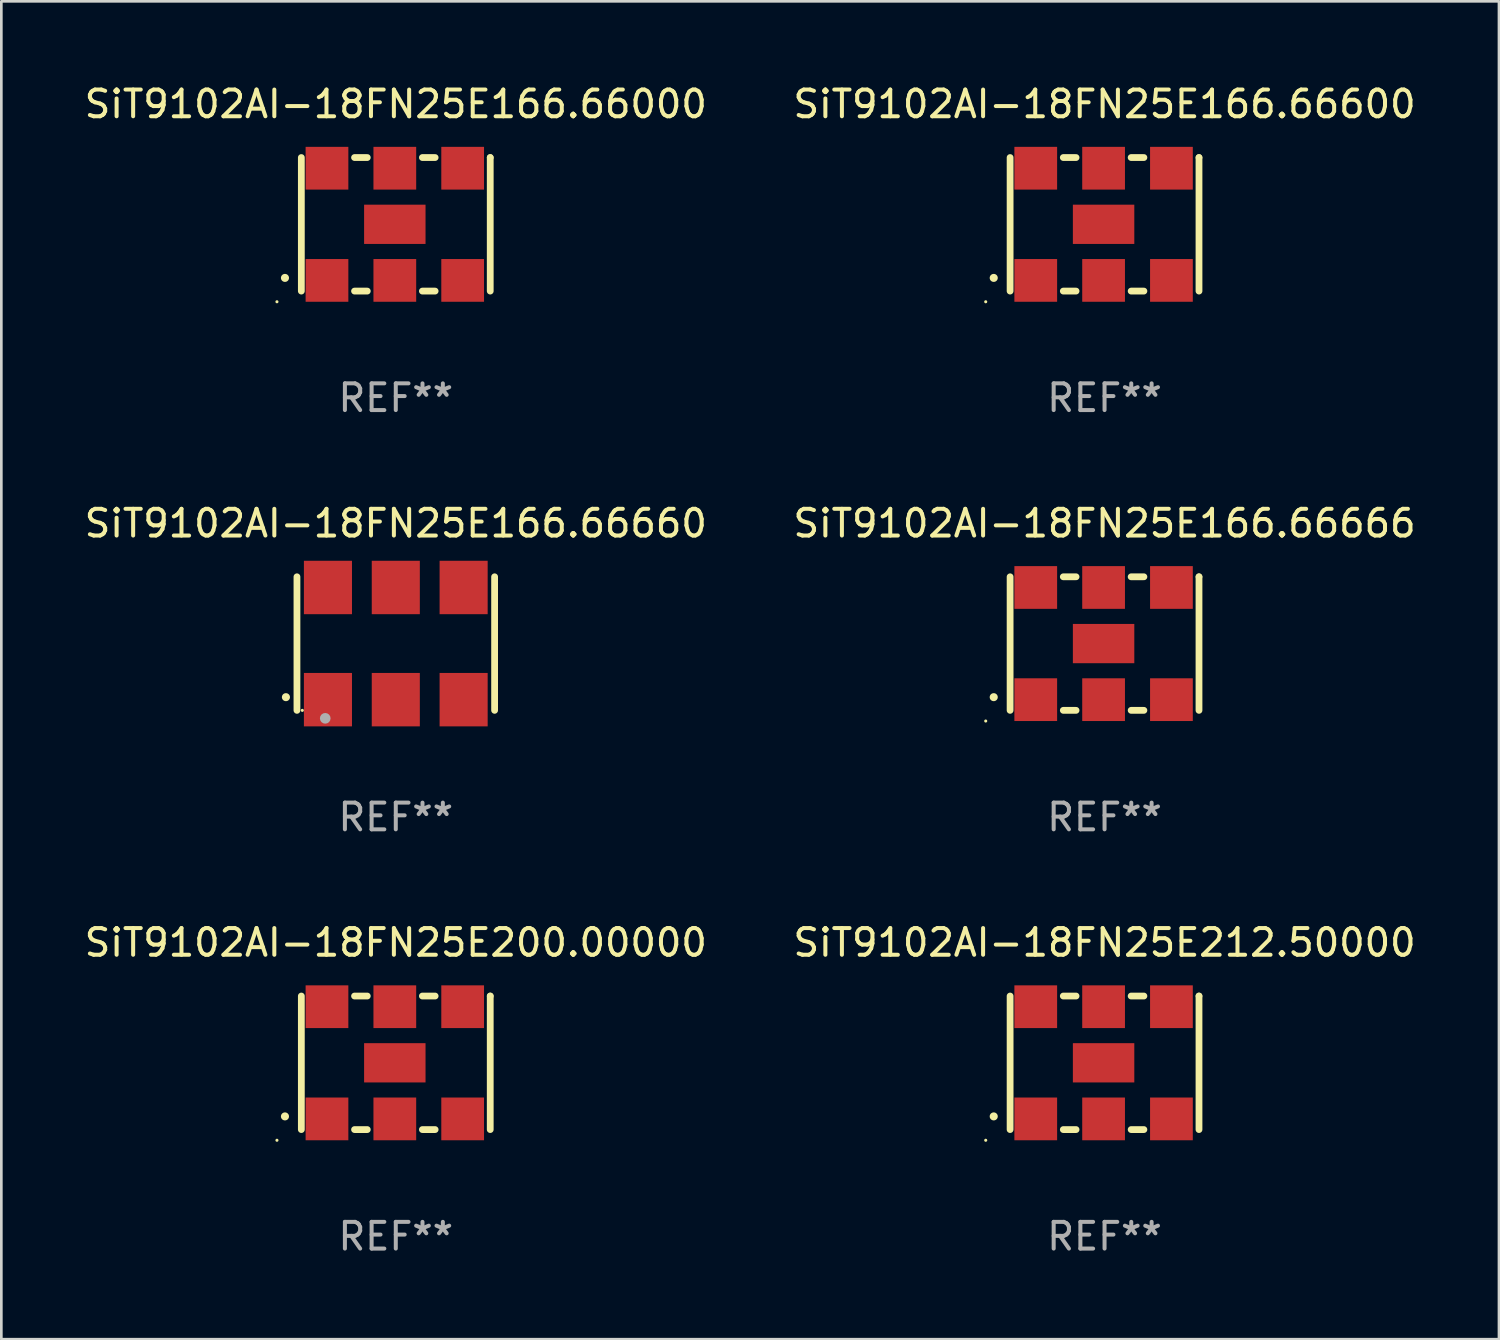
<source format=kicad_pcb>
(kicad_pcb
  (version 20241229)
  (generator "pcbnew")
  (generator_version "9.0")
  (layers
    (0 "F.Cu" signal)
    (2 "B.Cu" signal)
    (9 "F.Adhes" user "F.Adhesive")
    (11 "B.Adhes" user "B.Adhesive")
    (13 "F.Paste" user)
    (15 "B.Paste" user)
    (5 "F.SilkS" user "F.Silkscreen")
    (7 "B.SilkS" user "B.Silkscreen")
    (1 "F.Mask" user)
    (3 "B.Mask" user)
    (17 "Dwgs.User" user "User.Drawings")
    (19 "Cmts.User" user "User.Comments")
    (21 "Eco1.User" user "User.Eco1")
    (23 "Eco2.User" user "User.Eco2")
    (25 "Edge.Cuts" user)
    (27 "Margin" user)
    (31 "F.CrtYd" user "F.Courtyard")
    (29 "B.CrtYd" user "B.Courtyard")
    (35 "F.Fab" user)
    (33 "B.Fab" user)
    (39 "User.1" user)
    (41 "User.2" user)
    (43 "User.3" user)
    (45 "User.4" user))
  (footprint "SiT9102AI-18FN25E166.66660"
    (layer "F.Cu")
    (at 11.768 21.045)
    (property "Reference" "SiT9102AI-18FN25E166.66660" (at 0 -4.5 0) (layer "F.SilkS") (effects (font (size 1 1) (thickness 0.15))))
    (attr through_hole)
    (fp_line (start -3.7 -2.5) (end -3.7 2.5) (stroke (width 0.254) (type solid)) (layer "F.SilkS"))
    (fp_line (start 3.7 -2.5) (end 3.7 2.5) (stroke (width 0.254) (type solid)) (layer "F.SilkS"))
    (fp_arc (start -4.114415 2.006604) (mid -4.113145 2.006599) (end -4.111875 2.006604) (stroke (width 0.3) (type solid)) (layer "F.SilkS"))
    (fp_circle (center -3.5 2.501) (end -3.47 2.501) (stroke (width 0.06) (type solid)) (fill no) (layer "F.SilkS"))
    (fp_circle (center -2.641 2.799) (end -2.541 2.799) (stroke (width 0.2) (type solid)) (fill no) (layer "F.Fab"))
    (fp_text user "REF**" (at 0 6.5 0) (layer "F.Fab") (effects (font (size 1 1) (thickness 0.15))))
    (pad "1" smd rect (at -2.54 2.1) (size 1.8 2) (layers "F.Cu" "F.Mask" "F.Paste"))
    (pad "2" smd rect (at 0.000394 2.1) (size 1.8 2) (layers "F.Cu" "F.Mask" "F.Paste"))
    (pad "3" smd rect (at 2.54 2.1) (size 1.8 2) (layers "F.Cu" "F.Mask" "F.Paste"))
    (pad "4" smd rect (at 2.54 -2.1) (size 1.8 2) (layers "F.Cu" "F.Mask" "F.Paste"))
    (pad "5" smd rect (at 0.000394 -2.1) (size 1.8 2) (layers "F.Cu" "F.Mask" "F.Paste"))
    (pad "6" smd rect (at -2.54 -2.1) (size 1.8 2) (layers "F.Cu" "F.Mask" "F.Paste")))
  (footprint "SiT9102AI-18FN25E212.50000"
    (layer "F.Cu")
    (at 38.304 36.741)
    (property "Reference" "SiT9102AI-18FN25E212.50000" (at 0 -4.5 0) (layer "F.SilkS") (effects (font (size 1 1) (thickness 0.15))))
    (attr through_hole)
    (fp_line (start -3.536 -2.5) (end -3.536 2.5) (stroke (width 0.254) (type solid)) (layer "F.SilkS"))
    (fp_line (start -1.544 2.5) (end -1.067 2.5) (stroke (width 0.254) (type solid)) (layer "F.SilkS"))
    (fp_line (start -1.067 -2.5) (end -1.544 -2.5) (stroke (width 0.254) (type solid)) (layer "F.SilkS"))
    (fp_line (start 0.996 2.5) (end 1.473 2.5) (stroke (width 0.254) (type solid)) (layer "F.SilkS"))
    (fp_line (start 1.473 -2.5) (end 0.996 -2.5) (stroke (width 0.254) (type solid)) (layer "F.SilkS"))
    (fp_line (start 3.536 -2.5) (end 3.536 -2.5) (stroke (width 0.254) (type solid)) (layer "F.SilkS"))
    (fp_line (start 3.536 2.5) (end 3.536 -2.5) (stroke (width 0.254) (type solid)) (layer "F.SilkS"))
    (fp_arc (start -4.150432 2.006604) (mid -4.149162 2.006599) (end -4.147892 2.006604) (stroke (width 0.3) (type solid)) (layer "F.SilkS"))
    (fp_circle (center -4.449 2.9) (end -4.419 2.9) (stroke (width 0.06) (type solid)) (fill no) (layer "F.SilkS"))
    (fp_text user "REF**" (at 0 6.5 0) (layer "F.Fab") (effects (font (size 1 1) (thickness 0.15))))
    (pad "1" smd rect (at -2.576 2.1) (size 1.6 1.6) (layers "F.Cu" "F.Mask" "F.Paste"))
    (pad "2" smd rect (at -0.036 2.1) (size 1.6 1.6) (layers "F.Cu" "F.Mask" "F.Paste"))
    (pad "3" smd rect (at 2.504 2.1) (size 1.6 1.6) (layers "F.Cu" "F.Mask" "F.Paste"))
    (pad "4" smd rect (at 2.504 -2.1) (size 1.6 1.6) (layers "F.Cu" "F.Mask" "F.Paste"))
    (pad "5" smd rect (at -0.036 -2.1) (size 1.6 1.6) (layers "F.Cu" "F.Mask" "F.Paste"))
    (pad "6" smd rect (at -2.576 -2.1) (size 1.6 1.6) (layers "F.Cu" "F.Mask" "F.Paste"))
    (pad "7" smd rect (at -0.036 0) (size 2.3 1.47) (layers "F.Cu" "F.Mask" "F.Paste")))
  (footprint "SiT9102AI-18FN25E166.66600"
    (layer "F.Cu")
    (at 38.304 5.348)
    (property "Reference" "SiT9102AI-18FN25E166.66600" (at 0 -4.5 0) (layer "F.SilkS") (effects (font (size 1 1) (thickness 0.15))))
    (attr through_hole)
    (fp_line (start -3.536 -2.5) (end -3.536 2.5) (stroke (width 0.254) (type solid)) (layer "F.SilkS"))
    (fp_line (start -1.544 2.5) (end -1.067 2.5) (stroke (width 0.254) (type solid)) (layer "F.SilkS"))
    (fp_line (start -1.067 -2.5) (end -1.544 -2.5) (stroke (width 0.254) (type solid)) (layer "F.SilkS"))
    (fp_line (start 0.996 2.5) (end 1.473 2.5) (stroke (width 0.254) (type solid)) (layer "F.SilkS"))
    (fp_line (start 1.473 -2.5) (end 0.996 -2.5) (stroke (width 0.254) (type solid)) (layer "F.SilkS"))
    (fp_line (start 3.536 -2.5) (end 3.536 -2.5) (stroke (width 0.254) (type solid)) (layer "F.SilkS"))
    (fp_line (start 3.536 2.5) (end 3.536 -2.5) (stroke (width 0.254) (type solid)) (layer "F.SilkS"))
    (fp_arc (start -4.150432 2.006604) (mid -4.149162 2.006599) (end -4.147892 2.006604) (stroke (width 0.3) (type solid)) (layer "F.SilkS"))
    (fp_circle (center -4.449 2.9) (end -4.419 2.9) (stroke (width 0.06) (type solid)) (fill no) (layer "F.SilkS"))
    (fp_text user "REF**" (at 0 6.5 0) (layer "F.Fab") (effects (font (size 1 1) (thickness 0.15))))
    (pad "1" smd rect (at -2.576 2.1) (size 1.6 1.6) (layers "F.Cu" "F.Mask" "F.Paste"))
    (pad "2" smd rect (at -0.036 2.1) (size 1.6 1.6) (layers "F.Cu" "F.Mask" "F.Paste"))
    (pad "3" smd rect (at 2.504 2.1) (size 1.6 1.6) (layers "F.Cu" "F.Mask" "F.Paste"))
    (pad "4" smd rect (at 2.504 -2.1) (size 1.6 1.6) (layers "F.Cu" "F.Mask" "F.Paste"))
    (pad "5" smd rect (at -0.036 -2.1) (size 1.6 1.6) (layers "F.Cu" "F.Mask" "F.Paste"))
    (pad "6" smd rect (at -2.576 -2.1) (size 1.6 1.6) (layers "F.Cu" "F.Mask" "F.Paste"))
    (pad "7" smd rect (at -0.036 0) (size 2.3 1.47) (layers "F.Cu" "F.Mask" "F.Paste")))
  (footprint "SiT9102AI-18FN25E166.66000"
    (layer "F.Cu")
    (at 11.768 5.348)
    (property "Reference" "SiT9102AI-18FN25E166.66000" (at 0 -4.5 0) (layer "F.SilkS") (effects (font (size 1 1) (thickness 0.15))))
    (attr through_hole)
    (fp_line (start -3.536 -2.5) (end -3.536 2.5) (stroke (width 0.254) (type solid)) (layer "F.SilkS"))
    (fp_line (start -1.544 2.5) (end -1.067 2.5) (stroke (width 0.254) (type solid)) (layer "F.SilkS"))
    (fp_line (start -1.067 -2.5) (end -1.544 -2.5) (stroke (width 0.254) (type solid)) (layer "F.SilkS"))
    (fp_line (start 0.996 2.5) (end 1.473 2.5) (stroke (width 0.254) (type solid)) (layer "F.SilkS"))
    (fp_line (start 1.473 -2.5) (end 0.996 -2.5) (stroke (width 0.254) (type solid)) (layer "F.SilkS"))
    (fp_line (start 3.536 -2.5) (end 3.536 -2.5) (stroke (width 0.254) (type solid)) (layer "F.SilkS"))
    (fp_line (start 3.536 2.5) (end 3.536 -2.5) (stroke (width 0.254) (type solid)) (layer "F.SilkS"))
    (fp_arc (start -4.150432 2.006604) (mid -4.149162 2.006599) (end -4.147892 2.006604) (stroke (width 0.3) (type solid)) (layer "F.SilkS"))
    (fp_circle (center -4.449 2.9) (end -4.419 2.9) (stroke (width 0.06) (type solid)) (fill no) (layer "F.SilkS"))
    (fp_text user "REF**" (at 0 6.5 0) (layer "F.Fab") (effects (font (size 1 1) (thickness 0.15))))
    (pad "1" smd rect (at -2.576 2.1) (size 1.6 1.6) (layers "F.Cu" "F.Mask" "F.Paste"))
    (pad "2" smd rect (at -0.036 2.1) (size 1.6 1.6) (layers "F.Cu" "F.Mask" "F.Paste"))
    (pad "3" smd rect (at 2.504 2.1) (size 1.6 1.6) (layers "F.Cu" "F.Mask" "F.Paste"))
    (pad "4" smd rect (at 2.504 -2.1) (size 1.6 1.6) (layers "F.Cu" "F.Mask" "F.Paste"))
    (pad "5" smd rect (at -0.036 -2.1) (size 1.6 1.6) (layers "F.Cu" "F.Mask" "F.Paste"))
    (pad "6" smd rect (at -2.576 -2.1) (size 1.6 1.6) (layers "F.Cu" "F.Mask" "F.Paste"))
    (pad "7" smd rect (at -0.036 0) (size 2.3 1.47) (layers "F.Cu" "F.Mask" "F.Paste")))
  (footprint "SiT9102AI-18FN25E200.00000"
    (layer "F.Cu")
    (at 11.768 36.741)
    (property "Reference" "SiT9102AI-18FN25E200.00000" (at 0 -4.5 0) (layer "F.SilkS") (effects (font (size 1 1) (thickness 0.15))))
    (attr through_hole)
    (fp_line (start -3.536 -2.5) (end -3.536 2.5) (stroke (width 0.254) (type solid)) (layer "F.SilkS"))
    (fp_line (start -1.544 2.5) (end -1.067 2.5) (stroke (width 0.254) (type solid)) (layer "F.SilkS"))
    (fp_line (start -1.067 -2.5) (end -1.544 -2.5) (stroke (width 0.254) (type solid)) (layer "F.SilkS"))
    (fp_line (start 0.996 2.5) (end 1.473 2.5) (stroke (width 0.254) (type solid)) (layer "F.SilkS"))
    (fp_line (start 1.473 -2.5) (end 0.996 -2.5) (stroke (width 0.254) (type solid)) (layer "F.SilkS"))
    (fp_line (start 3.536 -2.5) (end 3.536 -2.5) (stroke (width 0.254) (type solid)) (layer "F.SilkS"))
    (fp_line (start 3.536 2.5) (end 3.536 -2.5) (stroke (width 0.254) (type solid)) (layer "F.SilkS"))
    (fp_arc (start -4.150432 2.006604) (mid -4.149162 2.006599) (end -4.147892 2.006604) (stroke (width 0.3) (type solid)) (layer "F.SilkS"))
    (fp_circle (center -4.449 2.9) (end -4.419 2.9) (stroke (width 0.06) (type solid)) (fill no) (layer "F.SilkS"))
    (fp_text user "REF**" (at 0 6.5 0) (layer "F.Fab") (effects (font (size 1 1) (thickness 0.15))))
    (pad "1" smd rect (at -2.576 2.1) (size 1.6 1.6) (layers "F.Cu" "F.Mask" "F.Paste"))
    (pad "2" smd rect (at -0.036 2.1) (size 1.6 1.6) (layers "F.Cu" "F.Mask" "F.Paste"))
    (pad "3" smd rect (at 2.504 2.1) (size 1.6 1.6) (layers "F.Cu" "F.Mask" "F.Paste"))
    (pad "4" smd rect (at 2.504 -2.1) (size 1.6 1.6) (layers "F.Cu" "F.Mask" "F.Paste"))
    (pad "5" smd rect (at -0.036 -2.1) (size 1.6 1.6) (layers "F.Cu" "F.Mask" "F.Paste"))
    (pad "6" smd rect (at -2.576 -2.1) (size 1.6 1.6) (layers "F.Cu" "F.Mask" "F.Paste"))
    (pad "7" smd rect (at -0.036 0) (size 2.3 1.47) (layers "F.Cu" "F.Mask" "F.Paste")))
  (footprint "SiT9102AI-18FN25E166.66666"
    (layer "F.Cu")
    (at 38.304 21.045)
    (property "Reference" "SiT9102AI-18FN25E166.66666" (at 0 -4.5 0) (layer "F.SilkS") (effects (font (size 1 1) (thickness 0.15))))
    (attr through_hole)
    (fp_line (start -3.536 -2.5) (end -3.536 2.5) (stroke (width 0.254) (type solid)) (layer "F.SilkS"))
    (fp_line (start -1.544 2.5) (end -1.067 2.5) (stroke (width 0.254) (type solid)) (layer "F.SilkS"))
    (fp_line (start -1.067 -2.5) (end -1.544 -2.5) (stroke (width 0.254) (type solid)) (layer "F.SilkS"))
    (fp_line (start 0.996 2.5) (end 1.473 2.5) (stroke (width 0.254) (type solid)) (layer "F.SilkS"))
    (fp_line (start 1.473 -2.5) (end 0.996 -2.5) (stroke (width 0.254) (type solid)) (layer "F.SilkS"))
    (fp_line (start 3.536 -2.5) (end 3.536 -2.5) (stroke (width 0.254) (type solid)) (layer "F.SilkS"))
    (fp_line (start 3.536 2.5) (end 3.536 -2.5) (stroke (width 0.254) (type solid)) (layer "F.SilkS"))
    (fp_arc (start -4.150432 2.006604) (mid -4.149162 2.006599) (end -4.147892 2.006604) (stroke (width 0.3) (type solid)) (layer "F.SilkS"))
    (fp_circle (center -4.449 2.9) (end -4.419 2.9) (stroke (width 0.06) (type solid)) (fill no) (layer "F.SilkS"))
    (fp_text user "REF**" (at 0 6.5 0) (layer "F.Fab") (effects (font (size 1 1) (thickness 0.15))))
    (pad "1" smd rect (at -2.576 2.1) (size 1.6 1.6) (layers "F.Cu" "F.Mask" "F.Paste"))
    (pad "2" smd rect (at -0.036 2.1) (size 1.6 1.6) (layers "F.Cu" "F.Mask" "F.Paste"))
    (pad "3" smd rect (at 2.504 2.1) (size 1.6 1.6) (layers "F.Cu" "F.Mask" "F.Paste"))
    (pad "4" smd rect (at 2.504 -2.1) (size 1.6 1.6) (layers "F.Cu" "F.Mask" "F.Paste"))
    (pad "5" smd rect (at -0.036 -2.1) (size 1.6 1.6) (layers "F.Cu" "F.Mask" "F.Paste"))
    (pad "6" smd rect (at -2.576 -2.1) (size 1.6 1.6) (layers "F.Cu" "F.Mask" "F.Paste"))
    (pad "7" smd rect (at -0.036 0) (size 2.3 1.47) (layers "F.Cu" "F.Mask" "F.Paste")))
  (gr_rect
    (start -3 -3)
    (end 53.071 47.09)
    (stroke (width 0.1) (type default))
    (fill no)
    (layer "Edge.Cuts")))
</source>
